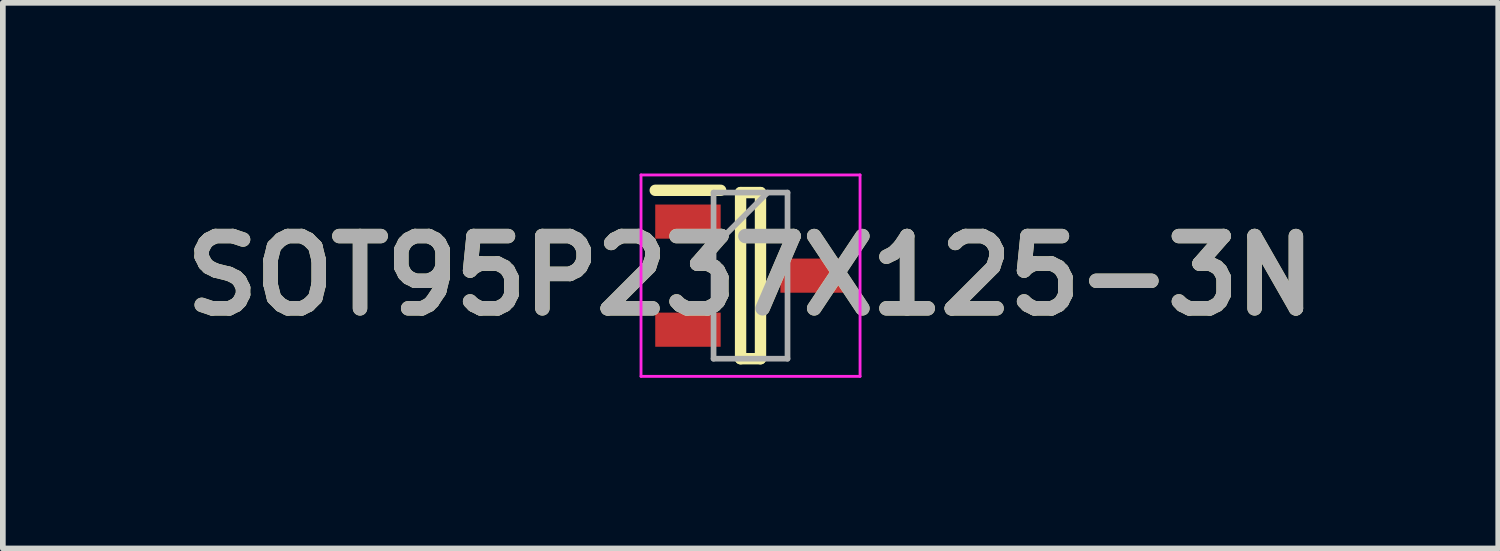
<source format=kicad_pcb>
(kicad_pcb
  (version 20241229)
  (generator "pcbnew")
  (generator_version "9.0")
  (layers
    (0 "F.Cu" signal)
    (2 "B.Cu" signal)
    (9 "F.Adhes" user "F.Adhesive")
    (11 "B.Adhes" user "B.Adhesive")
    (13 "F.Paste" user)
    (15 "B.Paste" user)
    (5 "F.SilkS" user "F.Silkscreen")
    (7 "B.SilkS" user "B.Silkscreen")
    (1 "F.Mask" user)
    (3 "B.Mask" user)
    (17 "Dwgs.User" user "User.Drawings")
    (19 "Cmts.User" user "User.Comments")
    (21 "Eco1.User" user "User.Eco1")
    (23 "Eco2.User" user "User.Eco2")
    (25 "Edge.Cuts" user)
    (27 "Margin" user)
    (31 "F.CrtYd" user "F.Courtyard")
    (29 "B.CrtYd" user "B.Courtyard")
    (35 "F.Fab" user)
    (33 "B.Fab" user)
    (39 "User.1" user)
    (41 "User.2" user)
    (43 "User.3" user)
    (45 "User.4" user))
  (footprint "SOT95P237X125-3N"
    (layer "F.Cu")
    (at 10.142 1.795)
    (property "Reference" "SOT95P237X125-3N" (at 0 0 0) (layer "F.SilkS") (effects (font (size 1.27 1.27) (thickness 0.254))))
    (attr smd)
    (fp_line (start -1.675 -1.5) (end -0.525 -1.5) (stroke (width 0.2) (type solid)) (layer "F.SilkS"))
    (fp_line (start -0.175 -1.46) (end 0.175 -1.46) (stroke (width 0.2) (type solid)) (layer "F.SilkS"))
    (fp_line (start -0.175 1.46) (end -0.175 -1.46) (stroke (width 0.2) (type solid)) (layer "F.SilkS"))
    (fp_line (start 0.175 -1.46) (end 0.175 1.46) (stroke (width 0.2) (type solid)) (layer "F.SilkS"))
    (fp_line (start 0.175 1.46) (end -0.175 1.46) (stroke (width 0.2) (type solid)) (layer "F.SilkS"))
    (fp_line (start -1.925 -1.77) (end 1.925 -1.77) (stroke (width 0.05) (type solid)) (layer "F.CrtYd"))
    (fp_line (start -1.925 1.77) (end -1.925 -1.77) (stroke (width 0.05) (type solid)) (layer "F.CrtYd"))
    (fp_line (start 1.925 -1.77) (end 1.925 1.77) (stroke (width 0.05) (type solid)) (layer "F.CrtYd"))
    (fp_line (start 1.925 1.77) (end -1.925 1.77) (stroke (width 0.05) (type solid)) (layer "F.CrtYd"))
    (fp_line (start -0.65 -1.46) (end 0.65 -1.46) (stroke (width 0.1) (type solid)) (layer "F.Fab"))
    (fp_line (start -0.65 -0.51) (end 0.3 -1.46) (stroke (width 0.1) (type solid)) (layer "F.Fab"))
    (fp_line (start -0.65 1.46) (end -0.65 -1.46) (stroke (width 0.1) (type solid)) (layer "F.Fab"))
    (fp_line (start 0.65 -1.46) (end 0.65 1.46) (stroke (width 0.1) (type solid)) (layer "F.Fab"))
    (fp_line (start 0.65 1.46) (end -0.65 1.46) (stroke (width 0.1) (type solid)) (layer "F.Fab"))
    (fp_text user "${REFERENCE}" (at 0 0 0) (layer "F.Fab") (effects (font (size 1.27 1.27) (thickness 0.254))))
    (pad "1" smd rect (at -1.1 -0.95 90) (size 0.6 1.15) (layers "F.Cu" "F.Mask" "F.Paste"))
    (pad "2" smd rect (at -1.1 0.95 90) (size 0.6 1.15) (layers "F.Cu" "F.Mask" "F.Paste"))
    (pad "3" smd rect (at 1.1 0 90) (size 0.6 1.15) (layers "F.Cu" "F.Mask" "F.Paste")))
  (gr_rect
    (start -3 -3)
    (end 23.284 6.59)
    (stroke (width 0.1) (type default))
    (fill no)
    (layer "Edge.Cuts")))
</source>
